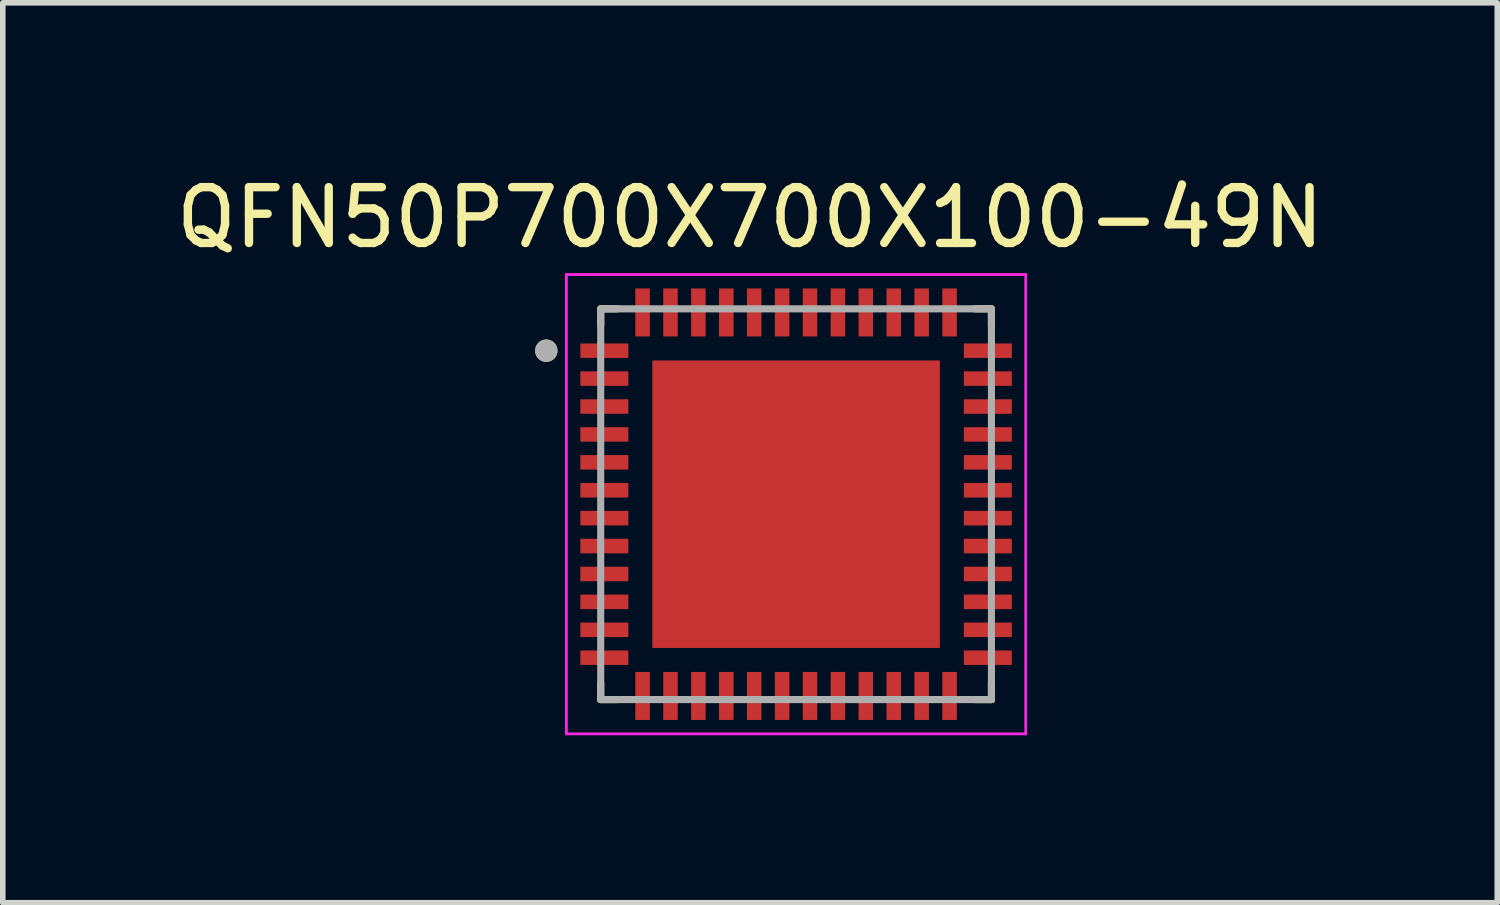
<source format=kicad_pcb>
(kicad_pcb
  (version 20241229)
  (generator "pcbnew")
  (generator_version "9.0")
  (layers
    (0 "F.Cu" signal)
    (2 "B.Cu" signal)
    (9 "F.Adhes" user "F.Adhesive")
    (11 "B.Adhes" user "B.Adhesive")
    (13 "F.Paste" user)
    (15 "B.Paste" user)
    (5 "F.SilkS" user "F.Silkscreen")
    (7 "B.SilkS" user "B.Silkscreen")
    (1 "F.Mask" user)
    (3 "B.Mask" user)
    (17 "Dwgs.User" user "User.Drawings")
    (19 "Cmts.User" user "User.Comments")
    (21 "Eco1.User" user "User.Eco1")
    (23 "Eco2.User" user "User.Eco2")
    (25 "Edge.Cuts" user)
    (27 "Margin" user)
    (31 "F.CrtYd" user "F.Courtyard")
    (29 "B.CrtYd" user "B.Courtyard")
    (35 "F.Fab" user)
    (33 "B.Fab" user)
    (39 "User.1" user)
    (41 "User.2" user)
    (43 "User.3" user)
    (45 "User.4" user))
  (footprint "QFN50P700X700X100-49N"
    (layer "F.Cu")
    (at 11.212 5.983)
    (property "Reference" "QFN50P700X700X100-49N" (at -0.825 -5.135 0) (layer "F.SilkS") (effects (font (size 1 1) (thickness 0.15))))
    (attr through_hole)
    (fp_line (start -3.5 -3.5) (end -3.5 -3.2) (stroke (width 0.127) (type solid)) (layer "F.SilkS"))
    (fp_line (start -3.5 -3.5) (end -3.2 -3.5) (stroke (width 0.127) (type solid)) (layer "F.SilkS"))
    (fp_line (start -3.5 3.5) (end -3.5 3.2) (stroke (width 0.127) (type solid)) (layer "F.SilkS"))
    (fp_line (start -3.5 3.5) (end -3.2 3.5) (stroke (width 0.127) (type solid)) (layer "F.SilkS"))
    (fp_line (start 3.5 -3.5) (end 3.2 -3.5) (stroke (width 0.127) (type solid)) (layer "F.SilkS"))
    (fp_line (start 3.5 -3.5) (end 3.5 -3.2) (stroke (width 0.127) (type solid)) (layer "F.SilkS"))
    (fp_line (start 3.5 3.5) (end 3.2 3.5) (stroke (width 0.127) (type solid)) (layer "F.SilkS"))
    (fp_line (start 3.5 3.5) (end 3.5 3.2) (stroke (width 0.127) (type solid)) (layer "F.SilkS"))
    (fp_circle (center -4.475 -2.75) (end -4.375 -2.75) (stroke (width 0.2) (type solid)) (fill no) (layer "F.SilkS"))
    (fp_poly (pts (xy -2.1 -2.1) (xy -0.48 -2.1) (xy -0.48 -0.48) (xy -2.1 -0.48)) (stroke (width 0.01) (type solid)) (fill yes) (layer "F.Paste"))
    (fp_poly (pts (xy -2.1 0.48) (xy -0.48 0.48) (xy -0.48 2.1) (xy -2.1 2.1)) (stroke (width 0.01) (type solid)) (fill yes) (layer "F.Paste"))
    (fp_poly (pts (xy 0.48 -2.1) (xy 2.1 -2.1) (xy 2.1 -0.48) (xy 0.48 -0.48)) (stroke (width 0.01) (type solid)) (fill yes) (layer "F.Paste"))
    (fp_poly (pts (xy 0.48 0.48) (xy 2.1 0.48) (xy 2.1 2.1) (xy 0.48 2.1)) (stroke (width 0.01) (type solid)) (fill yes) (layer "F.Paste"))
    (fp_line (start -4.115 -4.115) (end 4.115 -4.115) (stroke (width 0.05) (type solid)) (layer "F.CrtYd"))
    (fp_line (start -4.115 4.115) (end -4.115 -4.115) (stroke (width 0.05) (type solid)) (layer "F.CrtYd"))
    (fp_line (start -4.115 4.115) (end 4.115 4.115) (stroke (width 0.05) (type solid)) (layer "F.CrtYd"))
    (fp_line (start 4.115 4.115) (end 4.115 -4.115) (stroke (width 0.05) (type solid)) (layer "F.CrtYd"))
    (fp_line (start -3.5 3.5) (end -3.5 -3.5) (stroke (width 0.127) (type solid)) (layer "F.Fab"))
    (fp_line (start 3.5 -3.5) (end -3.5 -3.5) (stroke (width 0.127) (type solid)) (layer "F.Fab"))
    (fp_line (start 3.5 3.5) (end -3.5 3.5) (stroke (width 0.127) (type solid)) (layer "F.Fab"))
    (fp_line (start 3.5 3.5) (end 3.5 -3.5) (stroke (width 0.127) (type solid)) (layer "F.Fab"))
    (fp_circle (center -4.475 -2.75) (end -4.375 -2.75) (stroke (width 0.2) (type solid)) (fill no) (layer "F.Fab"))
    (pad "1" smd roundrect (at -3.435 -2.75) (size 0.86 0.26) (layers "F.Cu" "F.Mask" "F.Paste") (roundrect_rratio 0.03))
    (pad "2" smd roundrect (at -3.435 -2.25) (size 0.86 0.26) (layers "F.Cu" "F.Mask" "F.Paste") (roundrect_rratio 0.03))
    (pad "3" smd roundrect (at -3.435 -1.75) (size 0.86 0.26) (layers "F.Cu" "F.Mask" "F.Paste") (roundrect_rratio 0.03))
    (pad "4" smd roundrect (at -3.435 -1.25) (size 0.86 0.26) (layers "F.Cu" "F.Mask" "F.Paste") (roundrect_rratio 0.03))
    (pad "5" smd roundrect (at -3.435 -0.75) (size 0.86 0.26) (layers "F.Cu" "F.Mask" "F.Paste") (roundrect_rratio 0.03))
    (pad "6" smd roundrect (at -3.435 -0.25) (size 0.86 0.26) (layers "F.Cu" "F.Mask" "F.Paste") (roundrect_rratio 0.03))
    (pad "7" smd roundrect (at -3.435 0.25) (size 0.86 0.26) (layers "F.Cu" "F.Mask" "F.Paste") (roundrect_rratio 0.03))
    (pad "8" smd roundrect (at -3.435 0.75) (size 0.86 0.26) (layers "F.Cu" "F.Mask" "F.Paste") (roundrect_rratio 0.03))
    (pad "9" smd roundrect (at -3.435 1.25) (size 0.86 0.26) (layers "F.Cu" "F.Mask" "F.Paste") (roundrect_rratio 0.03))
    (pad "10" smd roundrect (at -3.435 1.75) (size 0.86 0.26) (layers "F.Cu" "F.Mask" "F.Paste") (roundrect_rratio 0.03))
    (pad "11" smd roundrect (at -3.435 2.25) (size 0.86 0.26) (layers "F.Cu" "F.Mask" "F.Paste") (roundrect_rratio 0.03))
    (pad "12" smd roundrect (at -3.435 2.75) (size 0.86 0.26) (layers "F.Cu" "F.Mask" "F.Paste") (roundrect_rratio 0.03))
    (pad "13" smd roundrect (at -2.75 3.435 90) (size 0.86 0.26) (layers "F.Cu" "F.Mask" "F.Paste") (roundrect_rratio 0.03))
    (pad "14" smd roundrect (at -2.25 3.435 90) (size 0.86 0.26) (layers "F.Cu" "F.Mask" "F.Paste") (roundrect_rratio 0.03))
    (pad "15" smd roundrect (at -1.75 3.435 90) (size 0.86 0.26) (layers "F.Cu" "F.Mask" "F.Paste") (roundrect_rratio 0.03))
    (pad "16" smd roundrect (at -1.25 3.435 90) (size 0.86 0.26) (layers "F.Cu" "F.Mask" "F.Paste") (roundrect_rratio 0.03))
    (pad "17" smd roundrect (at -0.75 3.435 90) (size 0.86 0.26) (layers "F.Cu" "F.Mask" "F.Paste") (roundrect_rratio 0.03))
    (pad "18" smd roundrect (at -0.25 3.435 90) (size 0.86 0.26) (layers "F.Cu" "F.Mask" "F.Paste") (roundrect_rratio 0.03))
    (pad "19" smd roundrect (at 0.25 3.435 90) (size 0.86 0.26) (layers "F.Cu" "F.Mask" "F.Paste") (roundrect_rratio 0.03))
    (pad "20" smd roundrect (at 0.75 3.435 90) (size 0.86 0.26) (layers "F.Cu" "F.Mask" "F.Paste") (roundrect_rratio 0.03))
    (pad "21" smd roundrect (at 1.25 3.435 90) (size 0.86 0.26) (layers "F.Cu" "F.Mask" "F.Paste") (roundrect_rratio 0.03))
    (pad "22" smd roundrect (at 1.75 3.435 90) (size 0.86 0.26) (layers "F.Cu" "F.Mask" "F.Paste") (roundrect_rratio 0.03))
    (pad "23" smd roundrect (at 2.25 3.435 90) (size 0.86 0.26) (layers "F.Cu" "F.Mask" "F.Paste") (roundrect_rratio 0.03))
    (pad "24" smd roundrect (at 2.75 3.435 90) (size 0.86 0.26) (layers "F.Cu" "F.Mask" "F.Paste") (roundrect_rratio 0.03))
    (pad "25" smd roundrect (at 3.435 2.75) (size 0.86 0.26) (layers "F.Cu" "F.Mask" "F.Paste") (roundrect_rratio 0.03))
    (pad "26" smd roundrect (at 3.435 2.25) (size 0.86 0.26) (layers "F.Cu" "F.Mask" "F.Paste") (roundrect_rratio 0.03))
    (pad "27" smd roundrect (at 3.435 1.75) (size 0.86 0.26) (layers "F.Cu" "F.Mask" "F.Paste") (roundrect_rratio 0.03))
    (pad "28" smd roundrect (at 3.435 1.25) (size 0.86 0.26) (layers "F.Cu" "F.Mask" "F.Paste") (roundrect_rratio 0.03))
    (pad "29" smd roundrect (at 3.435 0.75) (size 0.86 0.26) (layers "F.Cu" "F.Mask" "F.Paste") (roundrect_rratio 0.03))
    (pad "30" smd roundrect (at 3.435 0.25) (size 0.86 0.26) (layers "F.Cu" "F.Mask" "F.Paste") (roundrect_rratio 0.03))
    (pad "31" smd roundrect (at 3.435 -0.25) (size 0.86 0.26) (layers "F.Cu" "F.Mask" "F.Paste") (roundrect_rratio 0.03))
    (pad "32" smd roundrect (at 3.435 -0.75) (size 0.86 0.26) (layers "F.Cu" "F.Mask" "F.Paste") (roundrect_rratio 0.03))
    (pad "33" smd roundrect (at 3.435 -1.25) (size 0.86 0.26) (layers "F.Cu" "F.Mask" "F.Paste") (roundrect_rratio 0.03))
    (pad "34" smd roundrect (at 3.435 -1.75) (size 0.86 0.26) (layers "F.Cu" "F.Mask" "F.Paste") (roundrect_rratio 0.03))
    (pad "35" smd roundrect (at 3.435 -2.25) (size 0.86 0.26) (layers "F.Cu" "F.Mask" "F.Paste") (roundrect_rratio 0.03))
    (pad "36" smd roundrect (at 3.435 -2.75) (size 0.86 0.26) (layers "F.Cu" "F.Mask" "F.Paste") (roundrect_rratio 0.03))
    (pad "37" smd roundrect (at 2.75 -3.435 90) (size 0.86 0.26) (layers "F.Cu" "F.Mask" "F.Paste") (roundrect_rratio 0.03))
    (pad "38" smd roundrect (at 2.25 -3.435 90) (size 0.86 0.26) (layers "F.Cu" "F.Mask" "F.Paste") (roundrect_rratio 0.03))
    (pad "39" smd roundrect (at 1.75 -3.435 90) (size 0.86 0.26) (layers "F.Cu" "F.Mask" "F.Paste") (roundrect_rratio 0.03))
    (pad "40" smd roundrect (at 1.25 -3.435 90) (size 0.86 0.26) (layers "F.Cu" "F.Mask" "F.Paste") (roundrect_rratio 0.03))
    (pad "41" smd roundrect (at 0.75 -3.435 90) (size 0.86 0.26) (layers "F.Cu" "F.Mask" "F.Paste") (roundrect_rratio 0.03))
    (pad "42" smd roundrect (at 0.25 -3.435 90) (size 0.86 0.26) (layers "F.Cu" "F.Mask" "F.Paste") (roundrect_rratio 0.03))
    (pad "43" smd roundrect (at -0.25 -3.435 90) (size 0.86 0.26) (layers "F.Cu" "F.Mask" "F.Paste") (roundrect_rratio 0.03))
    (pad "44" smd roundrect (at -0.75 -3.435 90) (size 0.86 0.26) (layers "F.Cu" "F.Mask" "F.Paste") (roundrect_rratio 0.03))
    (pad "45" smd roundrect (at -1.25 -3.435 90) (size 0.86 0.26) (layers "F.Cu" "F.Mask" "F.Paste") (roundrect_rratio 0.03))
    (pad "46" smd roundrect (at -1.75 -3.435 90) (size 0.86 0.26) (layers "F.Cu" "F.Mask" "F.Paste") (roundrect_rratio 0.03))
    (pad "47" smd roundrect (at -2.25 -3.435 90) (size 0.86 0.26) (layers "F.Cu" "F.Mask" "F.Paste") (roundrect_rratio 0.03))
    (pad "48" smd roundrect (at -2.75 -3.435 90) (size 0.86 0.26) (layers "F.Cu" "F.Mask" "F.Paste") (roundrect_rratio 0.03))
    (pad "49" smd rect (at 0 0) (size 5.15 5.15) (layers "F.Cu" "F.Mask")))
  (gr_rect
    (start -3 -3)
    (end 23.774 13.123)
    (stroke (width 0.1) (type default))
    (fill no)
    (layer "Edge.Cuts")))
</source>
